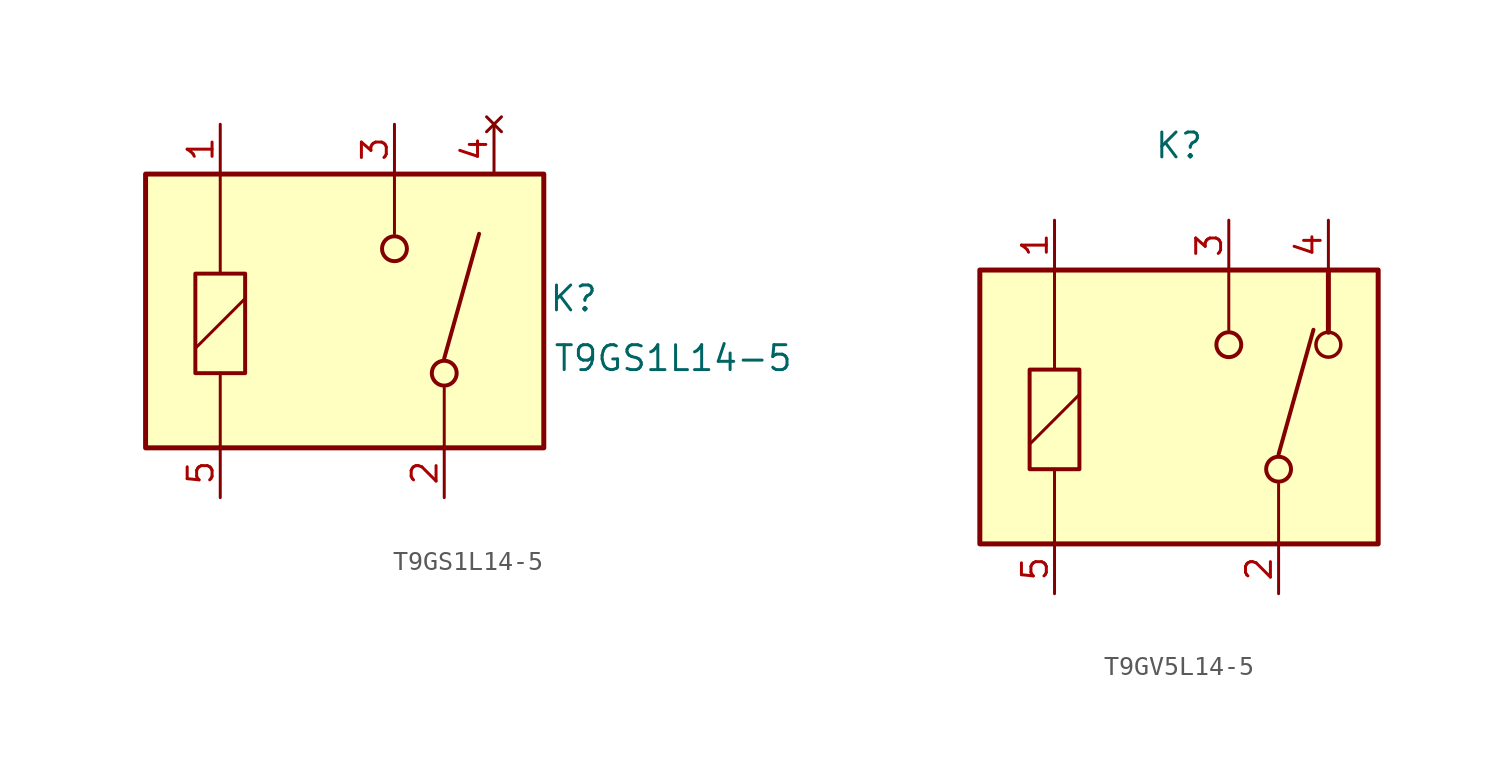
<source format=kicad_sym>
(kicad_symbol_lib
  (version 20231120)
  (generator "kicad_symbol_editor")
  (generator_version "8.0")
  (symbol "T9GS1L14-5"
    (property "Reference" "K"
      (at 11.684 1.27 0)
      (effects (font (size 1.27 1.27))))
    (property "Value" "T9GS1L14-5"
      (at 16.764 -1.778 0)
      (effects (font (size 1.27 1.27))))
    (symbol "T9GS1L14-5_0_1"
      (polyline (pts (xy -7.62 -1.27) (xy -5.08 1.27)) (stroke (width 0) (type default)) (fill (type none)))
      (polyline (pts (xy -6.35 -2.54) (xy -6.35 -6.35)) (stroke (width 0) (type default)) (fill (type none)))
      (polyline (pts (xy -6.35 2.54) (xy -6.35 7.62)) (stroke (width 0) (type default)) (fill (type none))))
    (symbol "T9GS1L14-5_1_1"
      (rectangle (start -10.16 7.62) (end 10.16 -6.35) (stroke (width 0.254) (type default)) (fill (type background)))
      (rectangle (start -7.62 2.54) (end -5.08 -2.54) (stroke (width 0.203) (type default)) (fill (type none)))
      (polyline (pts (xy 2.54 7.62) (xy 2.54 4.572)) (stroke (width 0) (type default)) (fill (type none)))
      (polyline (pts (xy 5.08 -6.35) (xy 5.08 -3.302)) (stroke (width 0) (type default)) (fill (type none)))
      (polyline (pts (xy 5.08 -1.778) (xy 6.858 4.572)) (stroke (width 0.203) (type default)) (fill (type none)))
      (circle (center 2.54 3.81) (radius 0.635) (stroke (width 0.203) (type default)) (fill (type none)))
      (circle (center 5.08 -2.54) (radius 0.635) (stroke (width 0.203) (type default)) (fill (type none)))
      (pin passive line (at -6.35 10.16 270) (length 2.54) (name "" (effects (font (size 1.27 1.27)))) (number "1" (effects (font (size 1.27 1.27)))))
      (pin passive line (at 5.08 -8.89 90) (length 2.54) (name "" (effects (font (size 1.27 1.27)))) (number "2" (effects (font (size 1.27 1.27)))))
      (pin passive line (at 2.54 10.16 270) (length 2.54) (name "" (effects (font (size 1.27 1.27)))) (number "3" (effects (font (size 1.27 1.27)))))
      (pin no_connect line (at 7.62 10.16 270) (length 2.54) (name "" (effects (font (size 1.27 1.27)))) (number "4" (effects (font (size 1.27 1.27)))))
      (pin passive line (at -6.35 -8.89 90) (length 2.54) (name "" (effects (font (size 1.27 1.27)))) (number "5" (effects (font (size 1.27 1.27)))))))
  (symbol "T9GV5L14-5"
    (property "Reference" "K"
      (at 0 13.97 0)
      (effects (font (size 1.27 1.27))))
    (property "Value" ""
      (at 0 0 0)
      (effects (font (size 1.27 1.27))))
    (symbol "T9GV5L14-5_0_1"
      (polyline (pts (xy -7.62 -1.27) (xy -5.08 1.27)) (stroke (width 0) (type default)) (fill (type none)))
      (polyline (pts (xy -6.35 -2.54) (xy -6.35 -6.35)) (stroke (width 0) (type default)) (fill (type none)))
      (polyline (pts (xy -6.35 2.54) (xy -6.35 7.62)) (stroke (width 0) (type default)) (fill (type none))))
    (symbol "T9GV5L14-5_1_1"
      (rectangle (start -10.16 7.62) (end 10.16 -6.35) (stroke (width 0.254) (type default)) (fill (type background)))
      (rectangle (start -7.62 2.54) (end -5.08 -2.54) (stroke (width 0.203) (type default)) (fill (type none)))
      (polyline (pts (xy 2.54 7.62) (xy 2.54 4.572)) (stroke (width 0) (type default)) (fill (type none)))
      (polyline (pts (xy 5.08 -6.35) (xy 5.08 -3.302)) (stroke (width 0) (type default)) (fill (type none)))
      (polyline (pts (xy 5.08 -1.778) (xy 6.858 4.572)) (stroke (width 0.203) (type default)) (fill (type none)))
      (polyline (pts (xy 7.62 7.62) (xy 7.62 4.445)) (stroke (width 0.254) (type default)) (fill (type none)))
      (circle (center 2.54 3.81) (radius 0.635) (stroke (width 0.203) (type default)) (fill (type none)))
      (circle (center 5.08 -2.54) (radius 0.635) (stroke (width 0.203) (type default)) (fill (type none)))
      (circle (center 7.62 3.81) (radius 0.635) (stroke (width 0.178) (type default)) (fill (type none)))
      (pin passive line (at -6.35 10.16 270) (length 2.54) (name "" (effects (font (size 1.27 1.27)))) (number "1" (effects (font (size 1.27 1.27)))))
      (pin passive line (at 5.08 -8.89 90) (length 2.54) (name "" (effects (font (size 1.27 1.27)))) (number "2" (effects (font (size 1.27 1.27)))))
      (pin passive line (at 2.54 10.16 270) (length 2.54) (name "" (effects (font (size 1.27 1.27)))) (number "3" (effects (font (size 1.27 1.27)))))
      (pin passive line (at 7.62 10.16 270) (length 2.54) (name "" (effects (font (size 1.27 1.27)))) (number "4" (effects (font (size 1.27 1.27)))))
      (pin passive line (at -6.35 -8.89 90) (length 2.54) (name "" (effects (font (size 1.27 1.27)))) (number "5" (effects (font (size 1.27 1.27))))))))
</source>
